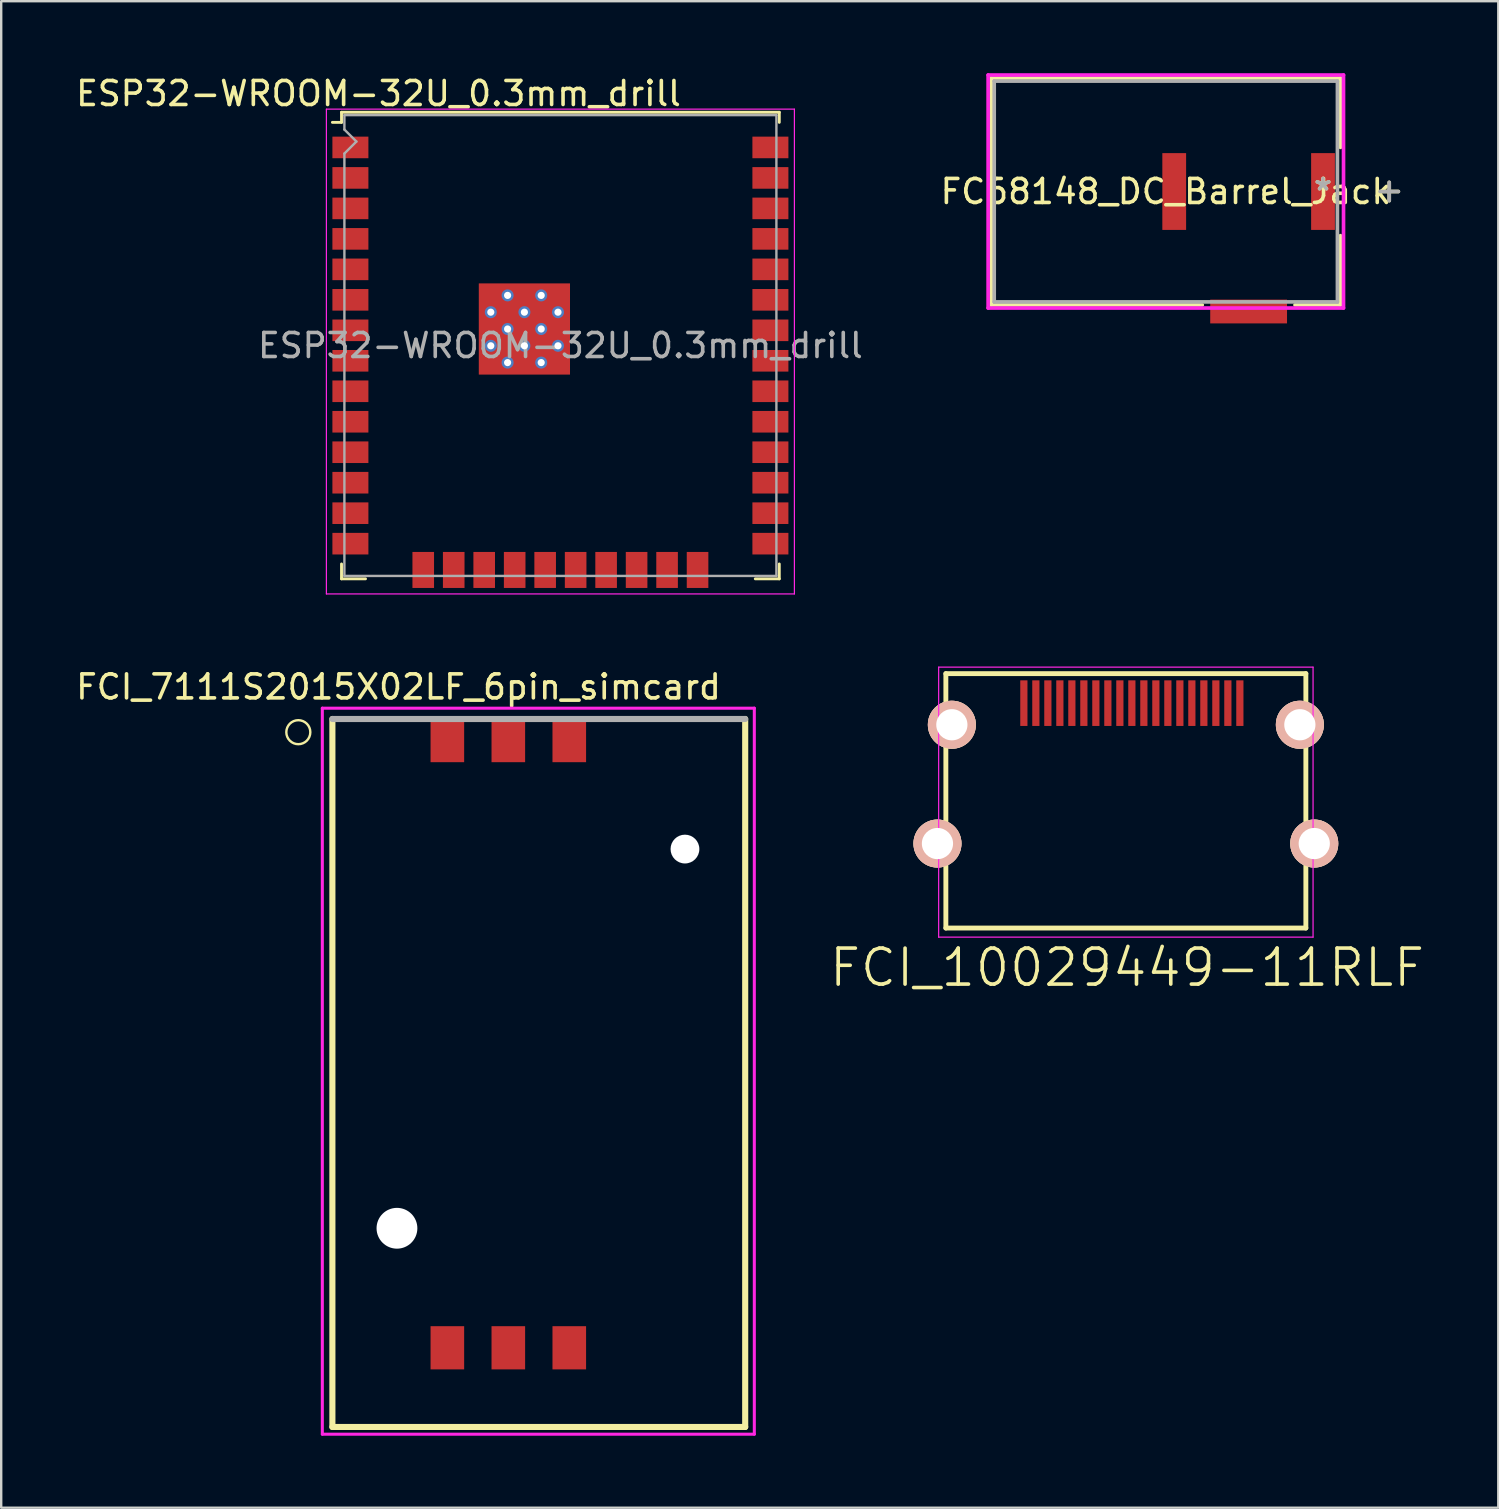
<source format=kicad_pcb>
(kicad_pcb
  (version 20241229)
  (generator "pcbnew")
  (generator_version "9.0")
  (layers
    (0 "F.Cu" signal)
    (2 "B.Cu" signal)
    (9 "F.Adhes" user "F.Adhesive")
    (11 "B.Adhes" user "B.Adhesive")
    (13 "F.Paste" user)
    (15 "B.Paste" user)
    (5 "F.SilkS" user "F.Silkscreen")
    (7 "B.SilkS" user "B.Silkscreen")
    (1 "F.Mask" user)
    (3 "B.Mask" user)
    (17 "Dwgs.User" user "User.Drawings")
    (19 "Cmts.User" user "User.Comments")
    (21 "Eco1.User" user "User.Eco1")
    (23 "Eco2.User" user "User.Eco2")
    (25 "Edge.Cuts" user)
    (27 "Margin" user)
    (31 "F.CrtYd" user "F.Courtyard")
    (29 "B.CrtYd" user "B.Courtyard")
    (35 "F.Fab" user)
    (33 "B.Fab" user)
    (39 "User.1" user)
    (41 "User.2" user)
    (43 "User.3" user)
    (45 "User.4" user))
  (footprint "FCI_7111S2015X02LF_6pin_simcard"
    (layer "F.Cu")
    (at 18.13 40.458)
    (property "Reference" "FCI_7111S2015X02LF_6pin_simcard" (at -4.575 -14.886 0) (layer "F.SilkS") (effects (font (size 1 1) (thickness 0.15))))
    (attr through_hole)
    (fp_line (start -7.33 -13.55) (end -7.33 15.95) (stroke (width 0.254) (type solid)) (layer "F.SilkS"))
    (fp_line (start -7.33 15.95) (end 9.87 15.95) (stroke (width 0.254) (type solid)) (layer "F.SilkS"))
    (fp_line (start 9.87 15.95) (end 9.87 -13.55) (stroke (width 0.254) (type solid)) (layer "F.SilkS"))
    (fp_circle (center -8.75 -13) (end -8.25 -13) (stroke (width 0.1) (type solid)) (fill no) (layer "F.SilkS"))
    (fp_line (start -7.75 -14) (end 10.25 -14) (stroke (width 0.127) (type solid)) (layer "F.CrtYd"))
    (fp_line (start -7.75 16.25) (end -7.75 -14) (stroke (width 0.127) (type solid)) (layer "F.CrtYd"))
    (fp_line (start 10.25 -14) (end 10.25 16.25) (stroke (width 0.127) (type solid)) (layer "F.CrtYd"))
    (fp_line (start 10.25 16.25) (end -7.75 16.25) (stroke (width 0.127) (type solid)) (layer "F.CrtYd"))
    (fp_line (start 9.87 -13.55) (end -7.33 -13.55) (stroke (width 0.254) (type solid)) (layer "F.Fab"))
    (pad "" np_thru_hole circle (at -4.64 7.67) (size 1.7 1.7) (drill 1.7) (layers "*.Cu" "*.Mask"))
    (pad "" np_thru_hole circle (at 7.36 -8.13) (size 1.2 1.2) (drill 1.2) (layers "*.Cu" "*.Mask"))
    (pad "1" smd rect (at -2.54 -12.65) (size 1.4 1.8) (layers "F.Cu" "F.Mask" "F.Paste"))
    (pad "2" smd rect (at 0 -12.65) (size 1.4 1.8) (layers "F.Cu" "F.Mask" "F.Paste"))
    (pad "3" smd rect (at 2.54 -12.65) (size 1.4 1.8) (layers "F.Cu" "F.Mask" "F.Paste"))
    (pad "5" smd rect (at -2.54 12.65) (size 1.4 1.8) (layers "F.Cu" "F.Mask" "F.Paste"))
    (pad "6" smd rect (at 0 12.65) (size 1.4 1.8) (layers "F.Cu" "F.Mask" "F.Paste"))
    (pad "7" smd rect (at 2.54 12.65) (size 1.4 1.8) (layers "F.Cu" "F.Mask" "F.Paste")))
  (footprint "FCI_10029449-11RLF"
    (layer "F.Cu")
    (at 43.861 27.148)
    (property "Reference" "FCI_10029449-11RLF" (at 0.05 10.12 0) (layer "F.SilkS") (effects (font (size 1.5 1.5) (thickness 0.15))))
    (attr smd)
    (fp_line (start -7.5 -2.13) (end 7.5 -2.13) (stroke (width 0.203) (type solid)) (layer "F.SilkS"))
    (fp_line (start -7.5 8.47) (end -7.5 -2.13) (stroke (width 0.203) (type solid)) (layer "F.SilkS"))
    (fp_line (start 7.5 8.47) (end -7.5 8.47) (stroke (width 0.203) (type solid)) (layer "F.SilkS"))
    (fp_line (start 7.5 8.47) (end 7.5 -2.13) (stroke (width 0.203) (type solid)) (layer "F.SilkS"))
    (fp_line (start -7.8 -2.4) (end 7.8 -2.4) (stroke (width 0.05) (type solid)) (layer "F.CrtYd"))
    (fp_line (start -7.8 8.85) (end -7.8 -2.4) (stroke (width 0.05) (type solid)) (layer "F.CrtYd"))
    (fp_line (start 7.8 -2.4) (end 7.8 8.85) (stroke (width 0.05) (type solid)) (layer "F.CrtYd"))
    (fp_line (start 7.8 8.85) (end -7.8 8.85) (stroke (width 0.05) (type solid)) (layer "F.CrtYd"))
    (pad "1" smd rect (at 4.75 -0.9) (size 0.3 1.9) (layers "F.Cu" "F.Mask" "F.Paste"))
    (pad "2" smd rect (at 4.25 -0.9) (size 0.3 1.9) (layers "F.Cu" "F.Mask" "F.Paste"))
    (pad "3" smd rect (at 3.75 -0.9) (size 0.3 1.9) (layers "F.Cu" "F.Mask" "F.Paste"))
    (pad "4" smd rect (at 3.25 -0.9) (size 0.3 1.9) (layers "F.Cu" "F.Mask" "F.Paste"))
    (pad "5" smd rect (at 2.75 -0.9) (size 0.3 1.9) (layers "F.Cu" "F.Mask" "F.Paste"))
    (pad "6" smd rect (at 2.25 -0.9) (size 0.3 1.9) (layers "F.Cu" "F.Mask" "F.Paste"))
    (pad "7" smd rect (at 1.75 -0.9) (size 0.3 1.9) (layers "F.Cu" "F.Mask" "F.Paste"))
    (pad "8" smd rect (at 1.25 -0.9) (size 0.3 1.9) (layers "F.Cu" "F.Mask" "F.Paste"))
    (pad "9" smd rect (at 0.75 -0.9) (size 0.3 1.9) (layers "F.Cu" "F.Mask" "F.Paste"))
    (pad "10" smd rect (at 0.25 -0.9) (size 0.3 1.9) (layers "F.Cu" "F.Mask" "F.Paste"))
    (pad "11" smd rect (at -0.25 -0.9) (size 0.3 1.9) (layers "F.Cu" "F.Mask" "F.Paste"))
    (pad "12" smd rect (at -0.75 -0.9) (size 0.3 1.9) (layers "F.Cu" "F.Mask" "F.Paste"))
    (pad "13" smd rect (at -1.25 -0.9) (size 0.3 1.9) (layers "F.Cu" "F.Mask" "F.Paste"))
    (pad "14" smd rect (at -1.75 -0.9) (size 0.3 1.9) (layers "F.Cu" "F.Mask" "F.Paste"))
    (pad "15" smd rect (at -2.25 -0.9) (size 0.3 1.9) (layers "F.Cu" "F.Mask" "F.Paste"))
    (pad "16" smd rect (at -2.75 -0.9) (size 0.3 1.9) (layers "F.Cu" "F.Mask" "F.Paste"))
    (pad "17" smd rect (at -3.25 -0.9) (size 0.3 1.9) (layers "F.Cu" "F.Mask" "F.Paste"))
    (pad "18" smd rect (at -3.75 -0.9) (size 0.3 1.9) (layers "F.Cu" "F.Mask" "F.Paste"))
    (pad "19" smd rect (at -4.25 -0.9) (size 0.3 1.9) (layers "F.Cu" "F.Mask" "F.Paste"))
    (pad "20" thru_hole circle (at -7.85 4.95) (size 2 2) (drill 1.3) (layers "*.Cu" "*.SilkS" "*.Mask"))
    (pad "20" thru_hole circle (at -7.25 0) (size 2 2) (drill 1.3) (layers "*.Cu" "*.SilkS" "*.Mask"))
    (pad "20" thru_hole circle (at 7.25 0) (size 2 2) (drill 1.3) (layers "*.Cu" "*.SilkS" "*.Mask"))
    (pad "20" thru_hole circle (at 7.85 4.95) (size 2 2) (drill 1.3) (layers "*.Cu" "*.SilkS" "*.Mask")))
  (footprint "ESP32-WROOM-32U_0.3mm_drill"
    (layer "F.Cu")
    (at 20.3 11.348)
    (property "Reference" "ESP32-WROOM-32U_0.3mm_drill" (at -7.58 -10.5 180) (layer "F.SilkS") (effects (font (size 1 1) (thickness 0.15))))
    (attr smd)
    (fp_line (start -9.12 -9.72) (end -9.12 -9.3) (stroke (width 0.12) (type solid)) (layer "F.SilkS"))
    (fp_line (start -9.12 -9.72) (end 9.12 -9.72) (stroke (width 0.12) (type solid)) (layer "F.SilkS"))
    (fp_line (start -9.12 -9.3) (end -9.5 -9.3) (stroke (width 0.12) (type solid)) (layer "F.SilkS"))
    (fp_line (start -9.12 9.1) (end -9.12 9.72) (stroke (width 0.12) (type solid)) (layer "F.SilkS"))
    (fp_line (start -9.12 9.72) (end -8.12 9.72) (stroke (width 0.12) (type solid)) (layer "F.SilkS"))
    (fp_line (start 9.12 -9.72) (end 9.12 -9.3) (stroke (width 0.12) (type solid)) (layer "F.SilkS"))
    (fp_line (start 9.12 9.1) (end 9.12 9.72) (stroke (width 0.12) (type solid)) (layer "F.SilkS"))
    (fp_line (start 9.12 9.72) (end 8.12 9.72) (stroke (width 0.12) (type solid)) (layer "F.SilkS"))
    (fp_line (start -9.75 10.35) (end -9.75 -9.85) (stroke (width 0.05) (type solid)) (layer "F.CrtYd"))
    (fp_line (start -9.75 10.35) (end 9.75 10.35) (stroke (width 0.05) (type solid)) (layer "F.CrtYd"))
    (fp_line (start 9.75 -9.85) (end -9.75 -9.85) (stroke (width 0.05) (type solid)) (layer "F.CrtYd"))
    (fp_line (start 9.75 -9.85) (end 9.75 10.35) (stroke (width 0.05) (type solid)) (layer "F.CrtYd"))
    (fp_line (start -9 -9.6) (end -9 -9) (stroke (width 0.1) (type solid)) (layer "F.Fab"))
    (fp_line (start -9 -9.6) (end 9 -9.6) (stroke (width 0.1) (type solid)) (layer "F.Fab"))
    (fp_line (start -9 -8) (end -9 9.6) (stroke (width 0.1) (type solid)) (layer "F.Fab"))
    (fp_line (start -9 -8) (end -8.5 -8.5) (stroke (width 0.1) (type solid)) (layer "F.Fab"))
    (fp_line (start -9 9.6) (end 9 9.6) (stroke (width 0.1) (type solid)) (layer "F.Fab"))
    (fp_line (start -8.5 -8.5) (end -9 -9) (stroke (width 0.1) (type solid)) (layer "F.Fab"))
    (fp_line (start 9 9.6) (end 9 -9.6) (stroke (width 0.1) (type solid)) (layer "F.Fab"))
    (fp_text user "${REFERENCE}" (at 0 0 0) (layer "F.Fab") (effects (font (size 1 1) (thickness 0.15))))
    (pad "1" smd rect (at -8.75 -8.255) (size 1.5 0.9) (layers "F.Cu" "F.Mask" "F.Paste"))
    (pad "2" smd rect (at -8.75 -6.985) (size 1.5 0.9) (layers "F.Cu" "F.Mask" "F.Paste"))
    (pad "3" smd rect (at -8.75 -5.715) (size 1.5 0.9) (layers "F.Cu" "F.Mask" "F.Paste"))
    (pad "4" smd rect (at -8.75 -4.445) (size 1.5 0.9) (layers "F.Cu" "F.Mask" "F.Paste"))
    (pad "5" smd rect (at -8.75 -3.175) (size 1.5 0.9) (layers "F.Cu" "F.Mask" "F.Paste"))
    (pad "6" smd rect (at -8.75 -1.905) (size 1.5 0.9) (layers "F.Cu" "F.Mask" "F.Paste"))
    (pad "7" smd rect (at -8.75 -0.635) (size 1.5 0.9) (layers "F.Cu" "F.Mask" "F.Paste"))
    (pad "8" smd rect (at -8.75 0.635) (size 1.5 0.9) (layers "F.Cu" "F.Mask" "F.Paste"))
    (pad "9" smd rect (at -8.75 1.905) (size 1.5 0.9) (layers "F.Cu" "F.Mask" "F.Paste"))
    (pad "10" smd rect (at -8.75 3.175) (size 1.5 0.9) (layers "F.Cu" "F.Mask" "F.Paste"))
    (pad "11" smd rect (at -8.75 4.445) (size 1.5 0.9) (layers "F.Cu" "F.Mask" "F.Paste"))
    (pad "12" smd rect (at -8.75 5.715) (size 1.5 0.9) (layers "F.Cu" "F.Mask" "F.Paste"))
    (pad "13" smd rect (at -8.75 6.985) (size 1.5 0.9) (layers "F.Cu" "F.Mask" "F.Paste"))
    (pad "14" smd rect (at -8.75 8.255) (size 1.5 0.9) (layers "F.Cu" "F.Mask" "F.Paste"))
    (pad "15" smd rect (at -5.715 9.35 90) (size 1.5 0.9) (layers "F.Cu" "F.Mask" "F.Paste"))
    (pad "16" smd rect (at -4.445 9.35 90) (size 1.5 0.9) (layers "F.Cu" "F.Mask" "F.Paste"))
    (pad "17" smd rect (at -3.175 9.35 90) (size 1.5 0.9) (layers "F.Cu" "F.Mask" "F.Paste"))
    (pad "18" smd rect (at -1.905 9.35 90) (size 1.5 0.9) (layers "F.Cu" "F.Mask" "F.Paste"))
    (pad "19" smd rect (at -0.635 9.35 90) (size 1.5 0.9) (layers "F.Cu" "F.Mask" "F.Paste"))
    (pad "20" smd rect (at 0.635 9.35 90) (size 1.5 0.9) (layers "F.Cu" "F.Mask" "F.Paste"))
    (pad "21" smd rect (at 1.905 9.35 90) (size 1.5 0.9) (layers "F.Cu" "F.Mask" "F.Paste"))
    (pad "22" smd rect (at 3.175 9.35 90) (size 1.5 0.9) (layers "F.Cu" "F.Mask" "F.Paste"))
    (pad "23" smd rect (at 4.445 9.35 90) (size 1.5 0.9) (layers "F.Cu" "F.Mask" "F.Paste"))
    (pad "24" smd rect (at 5.715 9.35 90) (size 1.5 0.9) (layers "F.Cu" "F.Mask" "F.Paste"))
    (pad "25" smd rect (at 8.75 8.255) (size 1.5 0.9) (layers "F.Cu" "F.Mask" "F.Paste"))
    (pad "26" smd rect (at 8.75 6.985) (size 1.5 0.9) (layers "F.Cu" "F.Mask" "F.Paste"))
    (pad "27" smd rect (at 8.75 5.715) (size 1.5 0.9) (layers "F.Cu" "F.Mask" "F.Paste"))
    (pad "28" smd rect (at 8.75 4.445) (size 1.5 0.9) (layers "F.Cu" "F.Mask" "F.Paste"))
    (pad "29" smd rect (at 8.75 3.175) (size 1.5 0.9) (layers "F.Cu" "F.Mask" "F.Paste"))
    (pad "30" smd rect (at 8.75 1.905) (size 1.5 0.9) (layers "F.Cu" "F.Mask" "F.Paste"))
    (pad "31" smd rect (at 8.75 0.635) (size 1.5 0.9) (layers "F.Cu" "F.Mask" "F.Paste"))
    (pad "32" smd rect (at 8.75 -0.635) (size 1.5 0.9) (layers "F.Cu" "F.Mask" "F.Paste"))
    (pad "33" smd rect (at 8.75 -1.905) (size 1.5 0.9) (layers "F.Cu" "F.Mask" "F.Paste"))
    (pad "34" smd rect (at 8.75 -3.175) (size 1.5 0.9) (layers "F.Cu" "F.Mask" "F.Paste"))
    (pad "35" smd rect (at 8.75 -4.445) (size 1.5 0.9) (layers "F.Cu" "F.Mask" "F.Paste"))
    (pad "36" smd rect (at 8.75 -5.715) (size 1.5 0.9) (layers "F.Cu" "F.Mask" "F.Paste"))
    (pad "37" smd rect (at 8.75 -6.985) (size 1.5 0.9) (layers "F.Cu" "F.Mask" "F.Paste"))
    (pad "38" smd rect (at 8.75 -8.255) (size 1.5 0.9) (layers "F.Cu" "F.Mask" "F.Paste"))
    (pad "39" smd rect (at -2.9 -2.09) (size 0.9 0.9) (layers "F.Cu" "F.Paste"))
    (pad "39" thru_hole circle (at -2.9 -1.39) (size 0.5 0.5) (drill 0.3) (layers "*.Cu" "F.Mask"))
    (pad "39" smd rect (at -2.9 -0.69) (size 0.9 0.9) (layers "F.Cu" "F.Paste"))
    (pad "39" thru_hole circle (at -2.9 0.01) (size 0.5 0.5) (drill 0.3) (layers "*.Cu" "F.Mask"))
    (pad "39" smd rect (at -2.9 0.71) (size 0.9 0.9) (layers "F.Cu" "F.Paste"))
    (pad "39" thru_hole circle (at -2.2 -2.09) (size 0.5 0.5) (drill 0.3) (layers "*.Cu" "F.Mask"))
    (pad "39" thru_hole circle (at -2.2 -0.69) (size 0.5 0.5) (drill 0.3) (layers "*.Cu" "F.Mask"))
    (pad "39" thru_hole circle (at -2.2 0.71) (size 0.5 0.5) (drill 0.3) (layers "*.Cu" "F.Mask"))
    (pad "39" smd rect (at -1.5 -2.09) (size 0.9 0.9) (layers "F.Cu" "F.Paste"))
    (pad "39" thru_hole circle (at -1.5 -1.39) (size 0.5 0.5) (drill 0.3) (layers "*.Cu" "F.Mask"))
    (pad "39" smd rect (at -1.5 -0.69) (size 0.9 0.9) (layers "F.Cu" "F.Paste"))
    (pad "39" smd rect (at -1.5 -0.69) (size 3.8 3.8) (layers "F.Cu" "F.Mask"))
    (pad "39" thru_hole circle (at -1.5 0.01) (size 0.5 0.5) (drill 0.3) (layers "*.Cu" "F.Mask"))
    (pad "39" smd rect (at -1.5 0.71) (size 0.9 0.9) (layers "F.Cu" "F.Paste"))
    (pad "39" thru_hole circle (at -0.8 -2.09) (size 0.5 0.5) (drill 0.3) (layers "*.Cu" "F.Mask"))
    (pad "39" thru_hole circle (at -0.8 -0.69) (size 0.5 0.5) (drill 0.3) (layers "*.Cu" "F.Mask"))
    (pad "39" thru_hole circle (at -0.8 0.71) (size 0.5 0.5) (drill 0.3) (layers "*.Cu" "F.Mask"))
    (pad "39" smd rect (at -0.1 -2.09) (size 0.9 0.9) (layers "F.Cu" "F.Paste"))
    (pad "39" thru_hole circle (at -0.1 -1.39) (size 0.5 0.5) (drill 0.3) (layers "*.Cu" "F.Mask"))
    (pad "39" smd rect (at -0.1 -0.69) (size 0.9 0.9) (layers "F.Cu" "F.Paste"))
    (pad "39" thru_hole circle (at -0.1 0.01) (size 0.5 0.5) (drill 0.3) (layers "*.Cu" "F.Mask"))
    (pad "39" smd rect (at -0.1 0.71) (size 0.9 0.9) (layers "F.Cu" "F.Paste")))
  (footprint "FC68148_DC_Barrel_Jack"
    (layer "F.Cu")
    (at 52.076 4.93)
    (property "Reference" "FC68148_DC_Barrel_Jack" (at -6.55 0 0) (layer "F.SilkS") (effects (font (size 1 1) (thickness 0.15))))
    (attr through_hole)
    (fp_line (start -13.827 -4.727) (end -13.827 4.727) (stroke (width 0.152) (type solid)) (layer "F.SilkS"))
    (fp_line (start -13.827 4.727) (end -5.033 4.727) (stroke (width 0.152) (type solid)) (layer "F.SilkS"))
    (fp_line (start -1.167 4.727) (end 0.727 4.727) (stroke (width 0.152) (type solid)) (layer "F.SilkS"))
    (fp_line (start 0.727 -4.727) (end -13.827 -4.727) (stroke (width 0.152) (type solid)) (layer "F.SilkS"))
    (fp_line (start 0.727 -1.839) (end 0.727 -4.727) (stroke (width 0.152) (type solid)) (layer "F.SilkS"))
    (fp_line (start 0.727 4.727) (end 0.727 1.839) (stroke (width 0.152) (type solid)) (layer "F.SilkS"))
    (fp_line (start 2.759 -0.381) (end 2.759 0.381) (stroke (width 0.152) (type solid)) (layer "F.SilkS"))
    (fp_line (start 3.14 0) (end 2.378 0) (stroke (width 0.152) (type solid)) (layer "F.SilkS"))
    (fp_line (start -13.954 -4.854) (end 0.854 -4.854) (stroke (width 0.152) (type solid)) (layer "F.CrtYd"))
    (fp_line (start -13.954 4.854) (end -13.954 -4.854) (stroke (width 0.152) (type solid)) (layer "F.CrtYd"))
    (fp_line (start 0.854 -4.854) (end 0.854 4.854) (stroke (width 0.152) (type solid)) (layer "F.CrtYd"))
    (fp_line (start 0.854 4.854) (end -13.954 4.854) (stroke (width 0.152) (type solid)) (layer "F.CrtYd"))
    (fp_line (start -13.7 -4.6) (end -13.7 4.6) (stroke (width 0.152) (type solid)) (layer "F.Fab"))
    (fp_line (start -13.7 4.6) (end 0.6 4.6) (stroke (width 0.152) (type solid)) (layer "F.Fab"))
    (fp_line (start 0.6 -4.6) (end -13.7 -4.6) (stroke (width 0.152) (type solid)) (layer "F.Fab"))
    (fp_line (start 0.6 4.6) (end 0.6 -4.6) (stroke (width 0.152) (type solid)) (layer "F.Fab"))
    (fp_line (start 2.759 -0.381) (end 2.759 0.381) (stroke (width 0.152) (type solid)) (layer "F.Fab"))
    (fp_line (start 3.14 0) (end 2.378 0) (stroke (width 0.152) (type solid)) (layer "F.Fab"))
    (fp_text user "*" (at 0 0 0) (layer "F.SilkS") (effects (font (size 1 1) (thickness 0.15))))
    (fp_text user "Copyright 2016 Accelerated Designs. All rights reserved." (at 0 0 0) (layer "Cmts.User") (effects (font (size 0.127 0.127) (thickness 0.002))))
    (fp_text user "*" (at 0 0 0) (layer "F.Fab") (effects (font (size 1 1) (thickness 0.15))))
    (pad "1" smd rect (at 0 0) (size 0.991 3.2) (layers "F.Cu" "F.Mask" "F.Paste"))
    (pad "2" smd rect (at -3.1 5) (size 3.2 0.991) (layers "F.Cu" "F.Mask" "F.Paste"))
    (pad "3" smd rect (at -6.2 0) (size 0.991 3.2) (layers "F.Cu" "F.Mask" "F.Paste")))
  (gr_rect
    (start -3 -3)
    (end 59.379 59.771)
    (stroke (width 0.1) (type default))
    (fill no)
    (layer "Edge.Cuts")))
</source>
